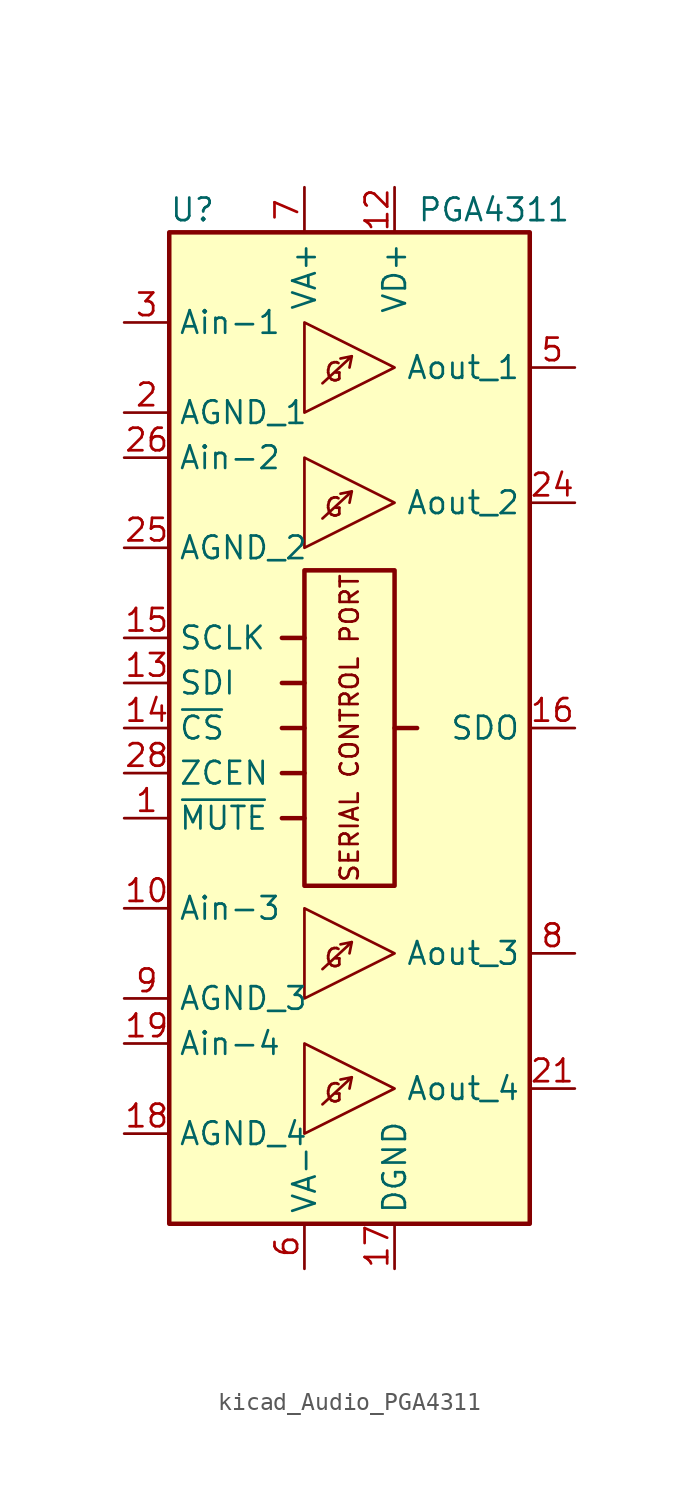
<source format=kicad_sym>
(kicad_symbol_lib
  (version 20220914)
  (generator kicad_symbol_editor)
  (symbol "kicad_Audio_PGA4311"
    (property "Reference" "U"
      (at -10.16 29.21 0)
      (effects (font (size 1.27 1.27)) (justify left)))
    (property "Value" "PGA4311"
      (at 3.81 29.21 0)
      (effects (font (size 1.27 1.27)) (justify left)))
    (symbol "kicad_Audio_PGA4311_0_0"
      (rectangle (start -2.54 8.89) (end 2.54 -8.89) (stroke (width 0.254) (type default)) (fill (type none)))
      (polyline (pts (xy -3.81 -5.08) (xy -2.54 -5.08)) (stroke (width 0.254) (type default)) (fill (type none)))
      (polyline (pts (xy -3.81 0) (xy -2.54 0)) (stroke (width 0.254) (type default)) (fill (type none)))
      (polyline (pts (xy -3.81 2.54) (xy -2.54 2.54)) (stroke (width 0.254) (type default)) (fill (type none)))
      (polyline (pts (xy -3.81 5.08) (xy -2.54 5.08)) (stroke (width 0.254) (type default)) (fill (type none)))
      (polyline (pts (xy -2.54 -2.54) (xy -3.81 -2.54)) (stroke (width 0.254) (type default)) (fill (type none)))
      (polyline (pts (xy 0.127 -19.685) (xy 0 -20.32)) (stroke (width 0) (type default)) (fill (type none)))
      (polyline (pts (xy 0.127 -12.065) (xy 0 -12.7)) (stroke (width 0) (type default)) (fill (type none)))
      (polyline (pts (xy 0.127 13.335) (xy 0 12.7)) (stroke (width 0) (type default)) (fill (type none)))
      (polyline (pts (xy 0.127 20.955) (xy 0 20.32)) (stroke (width 0) (type default)) (fill (type none)))
      (polyline (pts (xy 2.54 0) (xy 3.81 0)) (stroke (width 0.254) (type default)) (fill (type none)))
      (polyline (pts (xy -1.524 -21.209) (xy 0.127 -19.685) (xy -0.508 -19.812)) (stroke (width 0) (type default)) (fill (type none)))
      (polyline (pts (xy -1.524 -13.589) (xy 0.127 -12.065) (xy -0.508 -12.192)) (stroke (width 0) (type default)) (fill (type none)))
      (polyline (pts (xy -1.524 11.811) (xy 0.127 13.335) (xy -0.508 13.208)) (stroke (width 0) (type default)) (fill (type none)))
      (polyline (pts (xy -1.524 19.431) (xy 0.127 20.955) (xy -0.508 20.828)) (stroke (width 0) (type default)) (fill (type none)))
      (text "G" (at -0.889 -20.574 0) (effects (font (size 1.016 1.016))))
      (text "G" (at -0.889 -12.954 0) (effects (font (size 1.016 1.016))))
      (text "G" (at -0.889 12.446 0) (effects (font (size 1.016 1.016))))
      (text "G" (at -0.889 20.066 0) (effects (font (size 1.016 1.016))))
      (text "SERIAL CONTROL PORT" (at 0 0 900) (effects (font (size 1.016 1.016))))
      (pin input line (at -12.7 -5.08 0) (length 2.54) (name "~{MUTE}" (effects (font (size 1.27 1.27)))) (number "1" (effects (font (size 1.27 1.27))))))
    (symbol "kicad_Audio_PGA4311_0_1"
      (rectangle (start -10.16 27.94) (end 10.16 -27.94) (stroke (width 0.254) (type default)) (fill (type background)))
      (polyline (pts (xy -2.54 -17.78) (xy 2.54 -20.32) (xy -2.54 -22.86) (xy -2.54 -17.78)) (stroke (width 0) (type default)) (fill (type none)))
      (polyline (pts (xy -2.54 -10.16) (xy 2.54 -12.7) (xy -2.54 -15.24) (xy -2.54 -10.16)) (stroke (width 0) (type default)) (fill (type none)))
      (polyline (pts (xy -2.54 15.24) (xy 2.54 12.7) (xy -2.54 10.16) (xy -2.54 15.24)) (stroke (width 0) (type default)) (fill (type none)))
      (polyline (pts (xy -2.54 22.86) (xy 2.54 20.32) (xy -2.54 17.78) (xy -2.54 22.86)) (stroke (width 0) (type default)) (fill (type none))))
    (symbol "kicad_Audio_PGA4311_1_1"
      (pin input line (at -12.7 -10.16 0) (length 2.54) (name "Ain-3" (effects (font (size 1.27 1.27)))) (number "10" (effects (font (size 1.27 1.27)))))
      (pin passive line (at -12.7 -15.24 0) (length 2.54) hide (name "AGND_3" (effects (font (size 1.27 1.27)))) (number "11" (effects (font (size 1.27 1.27)))))
      (pin power_in line (at 2.54 30.48 270) (length 2.54) (name "VD+" (effects (font (size 1.27 1.27)))) (number "12" (effects (font (size 1.27 1.27)))))
      (pin input line (at -12.7 2.54 0) (length 2.54) (name "SDI" (effects (font (size 1.27 1.27)))) (number "13" (effects (font (size 1.27 1.27)))))
      (pin input line (at -12.7 0 0) (length 2.54) (name "~{CS}" (effects (font (size 1.27 1.27)))) (number "14" (effects (font (size 1.27 1.27)))))
      (pin input line (at -12.7 5.08 0) (length 2.54) (name "SCLK" (effects (font (size 1.27 1.27)))) (number "15" (effects (font (size 1.27 1.27)))))
      (pin output line (at 12.7 0 180) (length 2.54) (name "SDO" (effects (font (size 1.27 1.27)))) (number "16" (effects (font (size 1.27 1.27)))))
      (pin power_in line (at 2.54 -30.48 90) (length 2.54) (name "DGND" (effects (font (size 1.27 1.27)))) (number "17" (effects (font (size 1.27 1.27)))))
      (pin power_in line (at -12.7 -22.86 0) (length 2.54) (name "AGND_4" (effects (font (size 1.27 1.27)))) (number "18" (effects (font (size 1.27 1.27)))))
      (pin input line (at -12.7 -17.78 0) (length 2.54) (name "Ain-4" (effects (font (size 1.27 1.27)))) (number "19" (effects (font (size 1.27 1.27)))))
      (pin power_in line (at -12.7 17.78 0) (length 2.54) (name "AGND_1" (effects (font (size 1.27 1.27)))) (number "2" (effects (font (size 1.27 1.27)))))
      (pin passive line (at -12.7 -22.86 0) (length 2.54) hide (name "AGND_4" (effects (font (size 1.27 1.27)))) (number "20" (effects (font (size 1.27 1.27)))))
      (pin output line (at 12.7 -20.32 180) (length 2.54) (name "Aout_4" (effects (font (size 1.27 1.27)))) (number "21" (effects (font (size 1.27 1.27)))))
      (pin passive line (at -2.54 30.48 270) (length 2.54) hide (name "VA+" (effects (font (size 1.27 1.27)))) (number "22" (effects (font (size 1.27 1.27)))))
      (pin passive line (at -2.54 -30.48 90) (length 2.54) hide (name "VA-" (effects (font (size 1.27 1.27)))) (number "23" (effects (font (size 1.27 1.27)))))
      (pin output line (at 12.7 12.7 180) (length 2.54) (name "Aout_2" (effects (font (size 1.27 1.27)))) (number "24" (effects (font (size 1.27 1.27)))))
      (pin power_in line (at -12.7 10.16 0) (length 2.54) (name "AGND_2" (effects (font (size 1.27 1.27)))) (number "25" (effects (font (size 1.27 1.27)))))
      (pin input line (at -12.7 15.24 0) (length 2.54) (name "Ain-2" (effects (font (size 1.27 1.27)))) (number "26" (effects (font (size 1.27 1.27)))))
      (pin passive line (at -12.7 10.16 0) (length 2.54) hide (name "AGND_2" (effects (font (size 1.27 1.27)))) (number "27" (effects (font (size 1.27 1.27)))))
      (pin input line (at -12.7 -2.54 0) (length 2.54) (name "ZCEN" (effects (font (size 1.27 1.27)))) (number "28" (effects (font (size 1.27 1.27)))))
      (pin input line (at -12.7 22.86 0) (length 2.54) (name "Ain-1" (effects (font (size 1.27 1.27)))) (number "3" (effects (font (size 1.27 1.27)))))
      (pin passive line (at -12.7 17.78 0) (length 2.54) hide (name "AGND_1" (effects (font (size 1.27 1.27)))) (number "4" (effects (font (size 1.27 1.27)))))
      (pin output line (at 12.7 20.32 180) (length 2.54) (name "Aout_1" (effects (font (size 1.27 1.27)))) (number "5" (effects (font (size 1.27 1.27)))))
      (pin power_in line (at -2.54 -30.48 90) (length 2.54) (name "VA-" (effects (font (size 1.27 1.27)))) (number "6" (effects (font (size 1.27 1.27)))))
      (pin power_in line (at -2.54 30.48 270) (length 2.54) (name "VA+" (effects (font (size 1.27 1.27)))) (number "7" (effects (font (size 1.27 1.27)))))
      (pin output line (at 12.7 -12.7 180) (length 2.54) (name "Aout_3" (effects (font (size 1.27 1.27)))) (number "8" (effects (font (size 1.27 1.27)))))
      (pin power_in line (at -12.7 -15.24 0) (length 2.54) (name "AGND_3" (effects (font (size 1.27 1.27)))) (number "9" (effects (font (size 1.27 1.27))))))))
</source>
